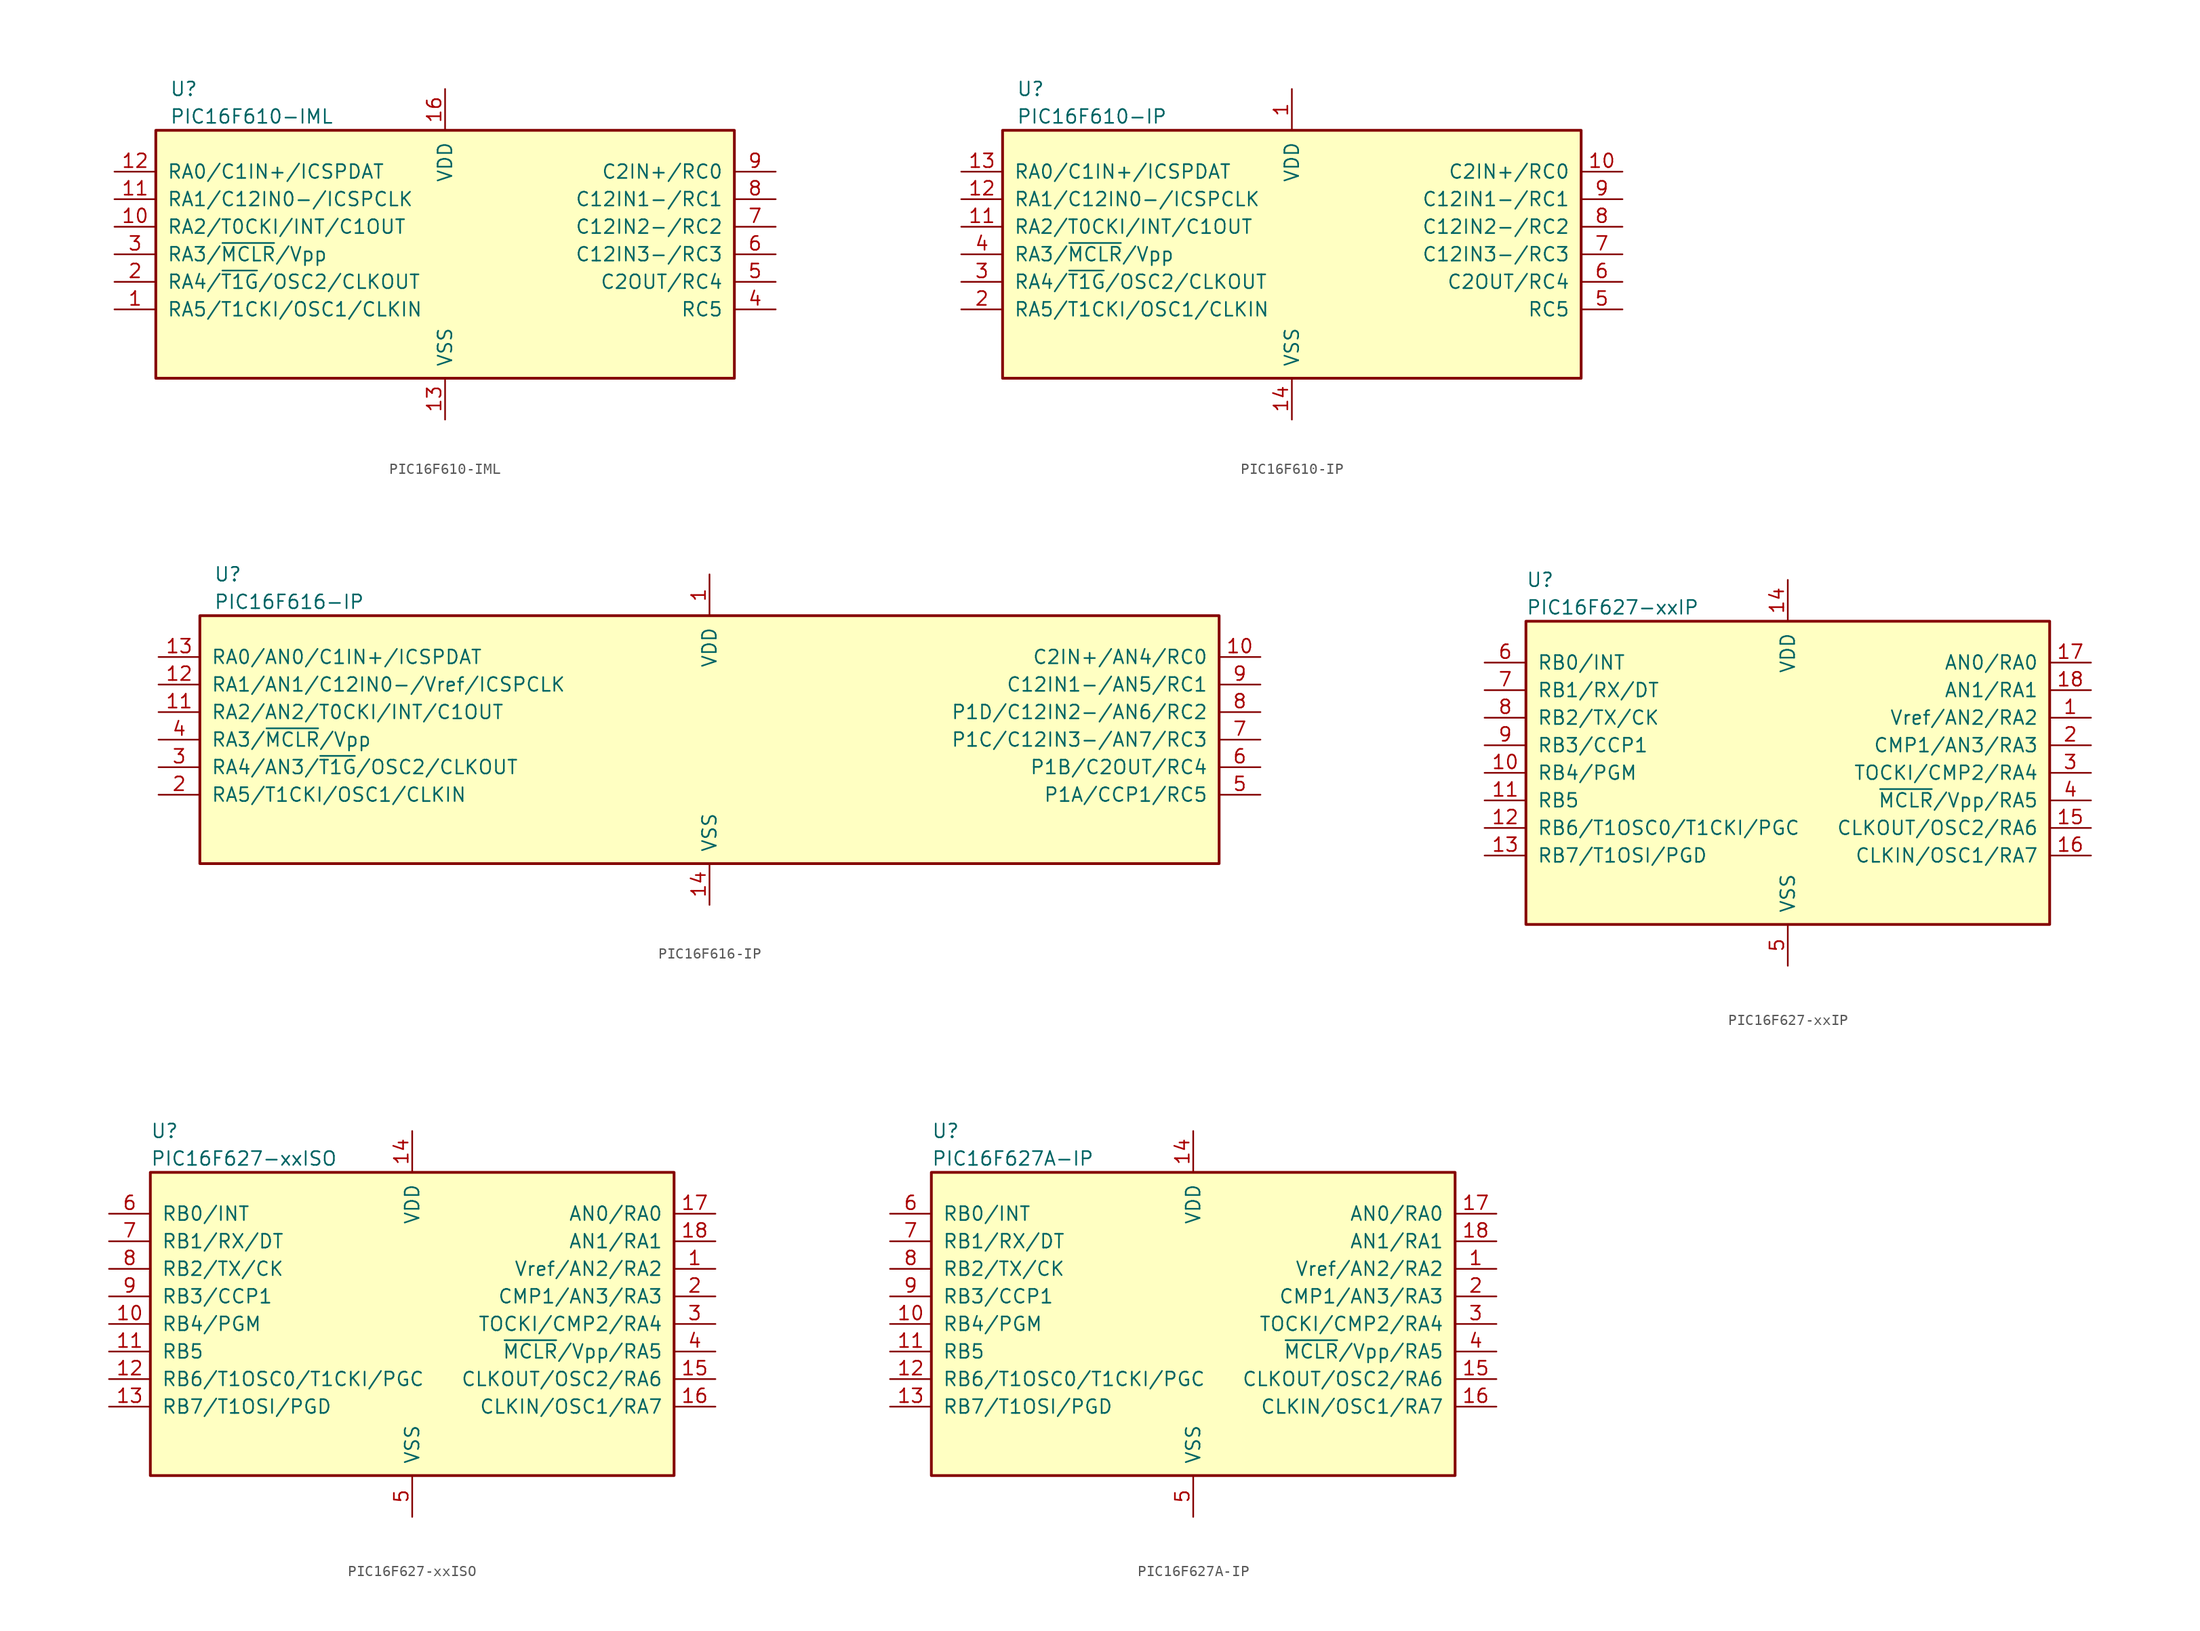
<source format=kicad_sym>
(kicad_symbol_lib
  (version 20241209)
  (generator "kicad_symbol_editor")
  (generator_version "9.0")
  (symbol "PIC16F610-IML"
    (pin_names
      (offset 1.016))
    (property "Reference" "U"
      (at -25.4 15.24 0)
      (effects (font (size 1.27 1.27)) (justify left)))
    (property "Value" "PIC16F610-IML"
      (at -25.4 12.7 0)
      (effects (font (size 1.27 1.27)) (justify left)))
    (symbol "PIC16F610-IML_0_1"
      (rectangle (start -26.67 11.43) (end 26.67 -11.43) (stroke (width 0.254) (type default)) (fill (type background))))
    (symbol "PIC16F610-IML_1_1"
      (pin bidirectional line (at -30.48 7.62 0) (length 3.81) (name "RA0/C1IN+/ICSPDAT" (effects (font (size 1.27 1.27)))) (number "12" (effects (font (size 1.27 1.27)))))
      (pin bidirectional line (at -30.48 5.08 0) (length 3.81) (name "RA1/C12IN0-/ICSPCLK" (effects (font (size 1.27 1.27)))) (number "11" (effects (font (size 1.27 1.27)))))
      (pin bidirectional line (at -30.48 2.54 0) (length 3.81) (name "RA2/T0CKI/INT/C1OUT" (effects (font (size 1.27 1.27)))) (number "10" (effects (font (size 1.27 1.27)))))
      (pin input line (at -30.48 0 0) (length 3.81) (name "RA3/~{MCLR}/Vpp" (effects (font (size 1.27 1.27)))) (number "3" (effects (font (size 1.27 1.27)))))
      (pin bidirectional line (at -30.48 -2.54 0) (length 3.81) (name "RA4/~{T1G}/OSC2/CLKOUT" (effects (font (size 1.27 1.27)))) (number "2" (effects (font (size 1.27 1.27)))))
      (pin bidirectional line (at -30.48 -5.08 0) (length 3.81) (name "RA5/T1CKI/OSC1/CLKIN" (effects (font (size 1.27 1.27)))) (number "1" (effects (font (size 1.27 1.27)))))
      (pin power_in line (at 0 15.24 270) (length 3.81) (name "VDD" (effects (font (size 1.27 1.27)))) (number "16" (effects (font (size 1.27 1.27)))))
      (pin power_in line (at 0 -15.24 90) (length 3.81) (name "VSS" (effects (font (size 1.27 1.27)))) (number "13" (effects (font (size 1.27 1.27)))))
      (pin bidirectional line (at 30.48 7.62 180) (length 3.81) (name "C2IN+/RC0" (effects (font (size 1.27 1.27)))) (number "9" (effects (font (size 1.27 1.27)))))
      (pin bidirectional line (at 30.48 5.08 180) (length 3.81) (name "C12IN1-/RC1" (effects (font (size 1.27 1.27)))) (number "8" (effects (font (size 1.27 1.27)))))
      (pin bidirectional line (at 30.48 2.54 180) (length 3.81) (name "C12IN2-/RC2" (effects (font (size 1.27 1.27)))) (number "7" (effects (font (size 1.27 1.27)))))
      (pin bidirectional line (at 30.48 0 180) (length 3.81) (name "C12IN3-/RC3" (effects (font (size 1.27 1.27)))) (number "6" (effects (font (size 1.27 1.27)))))
      (pin bidirectional line (at 30.48 -2.54 180) (length 3.81) (name "C2OUT/RC4" (effects (font (size 1.27 1.27)))) (number "5" (effects (font (size 1.27 1.27)))))
      (pin bidirectional line (at 30.48 -5.08 180) (length 3.81) (name "RC5" (effects (font (size 1.27 1.27)))) (number "4" (effects (font (size 1.27 1.27)))))))
  (symbol "PIC16F610-IP"
    (pin_names
      (offset 1.016))
    (property "Reference" "U"
      (at -25.4 15.24 0)
      (effects (font (size 1.27 1.27)) (justify left)))
    (property "Value" "PIC16F610-IP"
      (at -25.4 12.7 0)
      (effects (font (size 1.27 1.27)) (justify left)))
    (symbol "PIC16F610-IP_0_1"
      (rectangle (start -26.67 11.43) (end 26.67 -11.43) (stroke (width 0.254) (type default)) (fill (type background))))
    (symbol "PIC16F610-IP_1_1"
      (pin bidirectional line (at -30.48 7.62 0) (length 3.81) (name "RA0/C1IN+/ICSPDAT" (effects (font (size 1.27 1.27)))) (number "13" (effects (font (size 1.27 1.27)))))
      (pin bidirectional line (at -30.48 5.08 0) (length 3.81) (name "RA1/C12IN0-/ICSPCLK" (effects (font (size 1.27 1.27)))) (number "12" (effects (font (size 1.27 1.27)))))
      (pin bidirectional line (at -30.48 2.54 0) (length 3.81) (name "RA2/T0CKI/INT/C1OUT" (effects (font (size 1.27 1.27)))) (number "11" (effects (font (size 1.27 1.27)))))
      (pin input line (at -30.48 0 0) (length 3.81) (name "RA3/~{MCLR}/Vpp" (effects (font (size 1.27 1.27)))) (number "4" (effects (font (size 1.27 1.27)))))
      (pin bidirectional line (at -30.48 -2.54 0) (length 3.81) (name "RA4/~{T1G}/OSC2/CLKOUT" (effects (font (size 1.27 1.27)))) (number "3" (effects (font (size 1.27 1.27)))))
      (pin bidirectional line (at -30.48 -5.08 0) (length 3.81) (name "RA5/T1CKI/OSC1/CLKIN" (effects (font (size 1.27 1.27)))) (number "2" (effects (font (size 1.27 1.27)))))
      (pin power_in line (at 0 15.24 270) (length 3.81) (name "VDD" (effects (font (size 1.27 1.27)))) (number "1" (effects (font (size 1.27 1.27)))))
      (pin power_in line (at 0 -15.24 90) (length 3.81) (name "VSS" (effects (font (size 1.27 1.27)))) (number "14" (effects (font (size 1.27 1.27)))))
      (pin bidirectional line (at 30.48 7.62 180) (length 3.81) (name "C2IN+/RC0" (effects (font (size 1.27 1.27)))) (number "10" (effects (font (size 1.27 1.27)))))
      (pin bidirectional line (at 30.48 5.08 180) (length 3.81) (name "C12IN1-/RC1" (effects (font (size 1.27 1.27)))) (number "9" (effects (font (size 1.27 1.27)))))
      (pin bidirectional line (at 30.48 2.54 180) (length 3.81) (name "C12IN2-/RC2" (effects (font (size 1.27 1.27)))) (number "8" (effects (font (size 1.27 1.27)))))
      (pin bidirectional line (at 30.48 0 180) (length 3.81) (name "C12IN3-/RC3" (effects (font (size 1.27 1.27)))) (number "7" (effects (font (size 1.27 1.27)))))
      (pin bidirectional line (at 30.48 -2.54 180) (length 3.81) (name "C2OUT/RC4" (effects (font (size 1.27 1.27)))) (number "6" (effects (font (size 1.27 1.27)))))
      (pin bidirectional line (at 30.48 -5.08 180) (length 3.81) (name "RC5" (effects (font (size 1.27 1.27)))) (number "5" (effects (font (size 1.27 1.27)))))))
  (symbol "PIC16F616-IP"
    (pin_names
      (offset 1.016))
    (property "Reference" "U"
      (at -45.72 15.24 0)
      (effects (font (size 1.27 1.27)) (justify left)))
    (property "Value" "PIC16F616-IP"
      (at -45.72 12.7 0)
      (effects (font (size 1.27 1.27)) (justify left)))
    (symbol "PIC16F616-IP_0_1"
      (rectangle (start -46.99 11.43) (end 46.99 -11.43) (stroke (width 0.254) (type default)) (fill (type background))))
    (symbol "PIC16F616-IP_1_1"
      (pin bidirectional line (at -50.8 7.62 0) (length 3.81) (name "RA0/AN0/C1IN+/ICSPDAT" (effects (font (size 1.27 1.27)))) (number "13" (effects (font (size 1.27 1.27)))))
      (pin bidirectional line (at -50.8 5.08 0) (length 3.81) (name "RA1/AN1/C12IN0-/Vref/ICSPCLK" (effects (font (size 1.27 1.27)))) (number "12" (effects (font (size 1.27 1.27)))))
      (pin bidirectional line (at -50.8 2.54 0) (length 3.81) (name "RA2/AN2/T0CKI/INT/C1OUT" (effects (font (size 1.27 1.27)))) (number "11" (effects (font (size 1.27 1.27)))))
      (pin input line (at -50.8 0 0) (length 3.81) (name "RA3/~{MCLR}/Vpp" (effects (font (size 1.27 1.27)))) (number "4" (effects (font (size 1.27 1.27)))))
      (pin bidirectional line (at -50.8 -2.54 0) (length 3.81) (name "RA4/AN3/~{T1G}/OSC2/CLKOUT" (effects (font (size 1.27 1.27)))) (number "3" (effects (font (size 1.27 1.27)))))
      (pin bidirectional line (at -50.8 -5.08 0) (length 3.81) (name "RA5/T1CKI/OSC1/CLKIN" (effects (font (size 1.27 1.27)))) (number "2" (effects (font (size 1.27 1.27)))))
      (pin power_in line (at 0 15.24 270) (length 3.81) (name "VDD" (effects (font (size 1.27 1.27)))) (number "1" (effects (font (size 1.27 1.27)))))
      (pin power_in line (at 0 -15.24 90) (length 3.81) (name "VSS" (effects (font (size 1.27 1.27)))) (number "14" (effects (font (size 1.27 1.27)))))
      (pin bidirectional line (at 50.8 7.62 180) (length 3.81) (name "C2IN+/AN4/RC0" (effects (font (size 1.27 1.27)))) (number "10" (effects (font (size 1.27 1.27)))))
      (pin bidirectional line (at 50.8 5.08 180) (length 3.81) (name "C12IN1-/AN5/RC1" (effects (font (size 1.27 1.27)))) (number "9" (effects (font (size 1.27 1.27)))))
      (pin bidirectional line (at 50.8 2.54 180) (length 3.81) (name "P1D/C12IN2-/AN6/RC2" (effects (font (size 1.27 1.27)))) (number "8" (effects (font (size 1.27 1.27)))))
      (pin bidirectional line (at 50.8 0 180) (length 3.81) (name "P1C/C12IN3-/AN7/RC3" (effects (font (size 1.27 1.27)))) (number "7" (effects (font (size 1.27 1.27)))))
      (pin bidirectional line (at 50.8 -2.54 180) (length 3.81) (name "P1B/C2OUT/RC4" (effects (font (size 1.27 1.27)))) (number "6" (effects (font (size 1.27 1.27)))))
      (pin bidirectional line (at 50.8 -5.08 180) (length 3.81) (name "P1A/CCP1/RC5" (effects (font (size 1.27 1.27)))) (number "5" (effects (font (size 1.27 1.27)))))))
  (symbol "PIC16F627-xxIP"
    (pin_names
      (offset 1.016))
    (property "Reference" "U"
      (at -24.13 17.78 0)
      (effects (font (size 1.27 1.27)) (justify left)))
    (property "Value" "PIC16F627-xxIP"
      (at -24.13 15.24 0)
      (effects (font (size 1.27 1.27)) (justify left)))
    (symbol "PIC16F627-xxIP_0_1"
      (rectangle (start 24.13 13.97) (end -24.13 -13.97) (stroke (width 0.254) (type default)) (fill (type background))))
    (symbol "PIC16F627-xxIP_1_1"
      (pin bidirectional line (at -27.94 10.16 0) (length 3.81) (name "RB0/INT" (effects (font (size 1.27 1.27)))) (number "6" (effects (font (size 1.27 1.27)))))
      (pin bidirectional line (at -27.94 7.62 0) (length 3.81) (name "RB1/RX/DT" (effects (font (size 1.27 1.27)))) (number "7" (effects (font (size 1.27 1.27)))))
      (pin bidirectional line (at -27.94 5.08 0) (length 3.81) (name "RB2/TX/CK" (effects (font (size 1.27 1.27)))) (number "8" (effects (font (size 1.27 1.27)))))
      (pin bidirectional line (at -27.94 2.54 0) (length 3.81) (name "RB3/CCP1" (effects (font (size 1.27 1.27)))) (number "9" (effects (font (size 1.27 1.27)))))
      (pin bidirectional line (at -27.94 0 0) (length 3.81) (name "RB4/PGM" (effects (font (size 1.27 1.27)))) (number "10" (effects (font (size 1.27 1.27)))))
      (pin bidirectional line (at -27.94 -2.54 0) (length 3.81) (name "RB5" (effects (font (size 1.27 1.27)))) (number "11" (effects (font (size 1.27 1.27)))))
      (pin bidirectional line (at -27.94 -5.08 0) (length 3.81) (name "RB6/T1OSC0/T1CKI/PGC" (effects (font (size 1.27 1.27)))) (number "12" (effects (font (size 1.27 1.27)))))
      (pin bidirectional line (at -27.94 -7.62 0) (length 3.81) (name "RB7/T1OSI/PGD" (effects (font (size 1.27 1.27)))) (number "13" (effects (font (size 1.27 1.27)))))
      (pin power_in line (at 0 17.78 270) (length 3.81) (name "VDD" (effects (font (size 1.27 1.27)))) (number "14" (effects (font (size 1.27 1.27)))))
      (pin power_in line (at 0 -17.78 90) (length 3.81) (name "VSS" (effects (font (size 1.27 1.27)))) (number "5" (effects (font (size 1.27 1.27)))))
      (pin bidirectional line (at 27.94 10.16 180) (length 3.81) (name "AN0/RA0" (effects (font (size 1.27 1.27)))) (number "17" (effects (font (size 1.27 1.27)))))
      (pin bidirectional line (at 27.94 7.62 180) (length 3.81) (name "AN1/RA1" (effects (font (size 1.27 1.27)))) (number "18" (effects (font (size 1.27 1.27)))))
      (pin bidirectional line (at 27.94 5.08 180) (length 3.81) (name "Vref/AN2/RA2" (effects (font (size 1.27 1.27)))) (number "1" (effects (font (size 1.27 1.27)))))
      (pin bidirectional line (at 27.94 2.54 180) (length 3.81) (name "CMP1/AN3/RA3" (effects (font (size 1.27 1.27)))) (number "2" (effects (font (size 1.27 1.27)))))
      (pin bidirectional line (at 27.94 0 180) (length 3.81) (name "TOCKI/CMP2/RA4" (effects (font (size 1.27 1.27)))) (number "3" (effects (font (size 1.27 1.27)))))
      (pin input line (at 27.94 -2.54 180) (length 3.81) (name "~{MCLR}/Vpp/RA5" (effects (font (size 1.27 1.27)))) (number "4" (effects (font (size 1.27 1.27)))))
      (pin bidirectional line (at 27.94 -5.08 180) (length 3.81) (name "CLKOUT/OSC2/RA6" (effects (font (size 1.27 1.27)))) (number "15" (effects (font (size 1.27 1.27)))))
      (pin bidirectional line (at 27.94 -7.62 180) (length 3.81) (name "CLKIN/OSC1/RA7" (effects (font (size 1.27 1.27)))) (number "16" (effects (font (size 1.27 1.27)))))))
  (symbol "PIC16F627-xxISO"
    (pin_names
      (offset 1.016))
    (property "Reference" "U"
      (at -24.13 17.78 0)
      (effects (font (size 1.27 1.27)) (justify left)))
    (property "Value" "PIC16F627-xxISO"
      (at -24.13 15.24 0)
      (effects (font (size 1.27 1.27)) (justify left)))
    (symbol "PIC16F627-xxISO_0_1"
      (rectangle (start 24.13 13.97) (end -24.13 -13.97) (stroke (width 0.254) (type default)) (fill (type background))))
    (symbol "PIC16F627-xxISO_1_1"
      (pin bidirectional line (at -27.94 10.16 0) (length 3.81) (name "RB0/INT" (effects (font (size 1.27 1.27)))) (number "6" (effects (font (size 1.27 1.27)))))
      (pin bidirectional line (at -27.94 7.62 0) (length 3.81) (name "RB1/RX/DT" (effects (font (size 1.27 1.27)))) (number "7" (effects (font (size 1.27 1.27)))))
      (pin bidirectional line (at -27.94 5.08 0) (length 3.81) (name "RB2/TX/CK" (effects (font (size 1.27 1.27)))) (number "8" (effects (font (size 1.27 1.27)))))
      (pin bidirectional line (at -27.94 2.54 0) (length 3.81) (name "RB3/CCP1" (effects (font (size 1.27 1.27)))) (number "9" (effects (font (size 1.27 1.27)))))
      (pin bidirectional line (at -27.94 0 0) (length 3.81) (name "RB4/PGM" (effects (font (size 1.27 1.27)))) (number "10" (effects (font (size 1.27 1.27)))))
      (pin bidirectional line (at -27.94 -2.54 0) (length 3.81) (name "RB5" (effects (font (size 1.27 1.27)))) (number "11" (effects (font (size 1.27 1.27)))))
      (pin bidirectional line (at -27.94 -5.08 0) (length 3.81) (name "RB6/T1OSC0/T1CKI/PGC" (effects (font (size 1.27 1.27)))) (number "12" (effects (font (size 1.27 1.27)))))
      (pin bidirectional line (at -27.94 -7.62 0) (length 3.81) (name "RB7/T1OSI/PGD" (effects (font (size 1.27 1.27)))) (number "13" (effects (font (size 1.27 1.27)))))
      (pin power_in line (at 0 17.78 270) (length 3.81) (name "VDD" (effects (font (size 1.27 1.27)))) (number "14" (effects (font (size 1.27 1.27)))))
      (pin power_in line (at 0 -17.78 90) (length 3.81) (name "VSS" (effects (font (size 1.27 1.27)))) (number "5" (effects (font (size 1.27 1.27)))))
      (pin bidirectional line (at 27.94 10.16 180) (length 3.81) (name "AN0/RA0" (effects (font (size 1.27 1.27)))) (number "17" (effects (font (size 1.27 1.27)))))
      (pin bidirectional line (at 27.94 7.62 180) (length 3.81) (name "AN1/RA1" (effects (font (size 1.27 1.27)))) (number "18" (effects (font (size 1.27 1.27)))))
      (pin bidirectional line (at 27.94 5.08 180) (length 3.81) (name "Vref/AN2/RA2" (effects (font (size 1.27 1.27)))) (number "1" (effects (font (size 1.27 1.27)))))
      (pin bidirectional line (at 27.94 2.54 180) (length 3.81) (name "CMP1/AN3/RA3" (effects (font (size 1.27 1.27)))) (number "2" (effects (font (size 1.27 1.27)))))
      (pin bidirectional line (at 27.94 0 180) (length 3.81) (name "TOCKI/CMP2/RA4" (effects (font (size 1.27 1.27)))) (number "3" (effects (font (size 1.27 1.27)))))
      (pin input line (at 27.94 -2.54 180) (length 3.81) (name "~{MCLR}/Vpp/RA5" (effects (font (size 1.27 1.27)))) (number "4" (effects (font (size 1.27 1.27)))))
      (pin bidirectional line (at 27.94 -5.08 180) (length 3.81) (name "CLKOUT/OSC2/RA6" (effects (font (size 1.27 1.27)))) (number "15" (effects (font (size 1.27 1.27)))))
      (pin bidirectional line (at 27.94 -7.62 180) (length 3.81) (name "CLKIN/OSC1/RA7" (effects (font (size 1.27 1.27)))) (number "16" (effects (font (size 1.27 1.27)))))))
  (symbol "PIC16F627A-IP"
    (pin_names
      (offset 1.016))
    (property "Reference" "U"
      (at -24.13 17.78 0)
      (effects (font (size 1.27 1.27)) (justify left)))
    (property "Value" "PIC16F627A-IP"
      (at -24.13 15.24 0)
      (effects (font (size 1.27 1.27)) (justify left)))
    (symbol "PIC16F627A-IP_0_1"
      (rectangle (start 24.13 13.97) (end -24.13 -13.97) (stroke (width 0.254) (type default)) (fill (type background))))
    (symbol "PIC16F627A-IP_1_1"
      (pin bidirectional line (at -27.94 10.16 0) (length 3.81) (name "RB0/INT" (effects (font (size 1.27 1.27)))) (number "6" (effects (font (size 1.27 1.27)))))
      (pin bidirectional line (at -27.94 7.62 0) (length 3.81) (name "RB1/RX/DT" (effects (font (size 1.27 1.27)))) (number "7" (effects (font (size 1.27 1.27)))))
      (pin bidirectional line (at -27.94 5.08 0) (length 3.81) (name "RB2/TX/CK" (effects (font (size 1.27 1.27)))) (number "8" (effects (font (size 1.27 1.27)))))
      (pin bidirectional line (at -27.94 2.54 0) (length 3.81) (name "RB3/CCP1" (effects (font (size 1.27 1.27)))) (number "9" (effects (font (size 1.27 1.27)))))
      (pin bidirectional line (at -27.94 0 0) (length 3.81) (name "RB4/PGM" (effects (font (size 1.27 1.27)))) (number "10" (effects (font (size 1.27 1.27)))))
      (pin bidirectional line (at -27.94 -2.54 0) (length 3.81) (name "RB5" (effects (font (size 1.27 1.27)))) (number "11" (effects (font (size 1.27 1.27)))))
      (pin bidirectional line (at -27.94 -5.08 0) (length 3.81) (name "RB6/T1OSC0/T1CKI/PGC" (effects (font (size 1.27 1.27)))) (number "12" (effects (font (size 1.27 1.27)))))
      (pin bidirectional line (at -27.94 -7.62 0) (length 3.81) (name "RB7/T1OSI/PGD" (effects (font (size 1.27 1.27)))) (number "13" (effects (font (size 1.27 1.27)))))
      (pin power_in line (at 0 17.78 270) (length 3.81) (name "VDD" (effects (font (size 1.27 1.27)))) (number "14" (effects (font (size 1.27 1.27)))))
      (pin power_in line (at 0 -17.78 90) (length 3.81) (name "VSS" (effects (font (size 1.27 1.27)))) (number "5" (effects (font (size 1.27 1.27)))))
      (pin bidirectional line (at 27.94 10.16 180) (length 3.81) (name "AN0/RA0" (effects (font (size 1.27 1.27)))) (number "17" (effects (font (size 1.27 1.27)))))
      (pin bidirectional line (at 27.94 7.62 180) (length 3.81) (name "AN1/RA1" (effects (font (size 1.27 1.27)))) (number "18" (effects (font (size 1.27 1.27)))))
      (pin bidirectional line (at 27.94 5.08 180) (length 3.81) (name "Vref/AN2/RA2" (effects (font (size 1.27 1.27)))) (number "1" (effects (font (size 1.27 1.27)))))
      (pin bidirectional line (at 27.94 2.54 180) (length 3.81) (name "CMP1/AN3/RA3" (effects (font (size 1.27 1.27)))) (number "2" (effects (font (size 1.27 1.27)))))
      (pin bidirectional line (at 27.94 0 180) (length 3.81) (name "TOCKI/CMP2/RA4" (effects (font (size 1.27 1.27)))) (number "3" (effects (font (size 1.27 1.27)))))
      (pin input line (at 27.94 -2.54 180) (length 3.81) (name "~{MCLR}/Vpp/RA5" (effects (font (size 1.27 1.27)))) (number "4" (effects (font (size 1.27 1.27)))))
      (pin bidirectional line (at 27.94 -5.08 180) (length 3.81) (name "CLKOUT/OSC2/RA6" (effects (font (size 1.27 1.27)))) (number "15" (effects (font (size 1.27 1.27)))))
      (pin bidirectional line (at 27.94 -7.62 180) (length 3.81) (name "CLKIN/OSC1/RA7" (effects (font (size 1.27 1.27)))) (number "16" (effects (font (size 1.27 1.27))))))))
</source>
